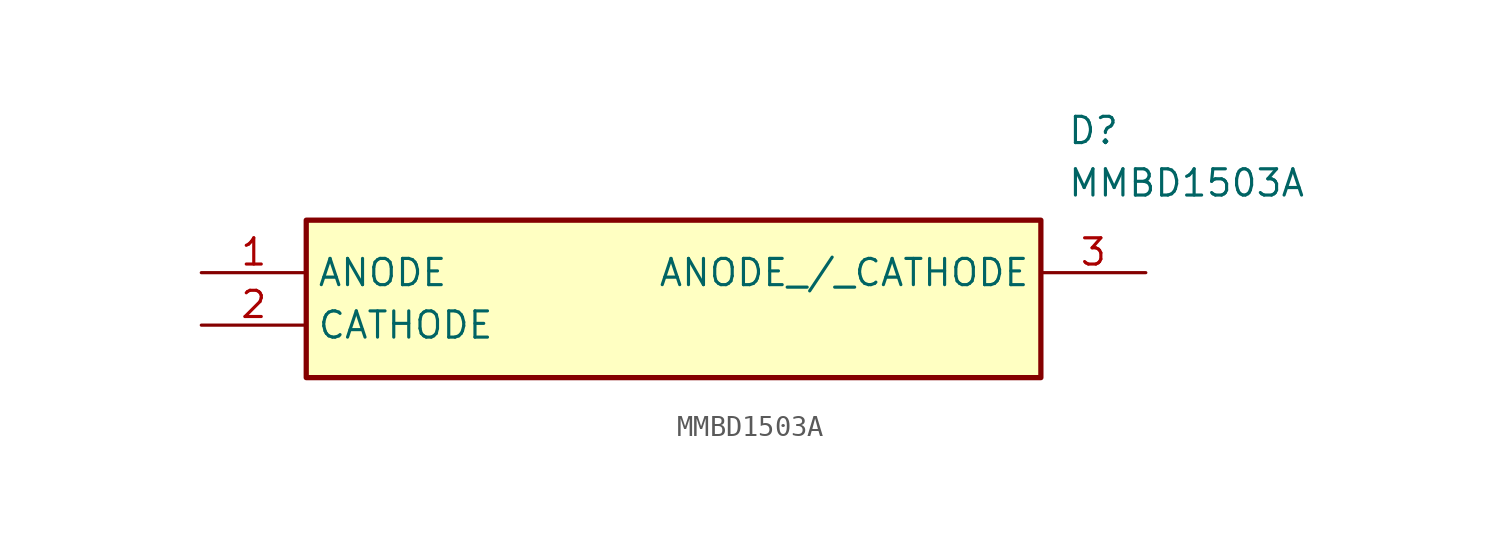
<source format=kicad_sym>
(kicad_symbol_lib
  (version 20220914)
  (generator SamacSys_ECAD_Model)
  (symbol "MMBD1503A"
    (property "Reference" "D"
      (at 41.91 7.62 0)
      (effects (font (size 1.27 1.27)) (justify left top)))
    (property "Value" "MMBD1503A"
      (at 41.91 5.08 0)
      (effects (font (size 1.27 1.27)) (justify left top)))
    (rectangle
      (start 5.08 2.54)
      (end 40.64 -5.08)
      (stroke (width 0.254) (type default))
      (fill (type background)))
    (pin passive line
      (at 0 0 0)
      (length 5.08)
      (name "ANODE" (effects (font (size 1.27 1.27))))
      (number "1" (effects (font (size 1.27 1.27)))))
    (pin passive line
      (at 0 -2.54 0)
      (length 5.08)
      (name "CATHODE" (effects (font (size 1.27 1.27))))
      (number "2" (effects (font (size 1.27 1.27)))))
    (pin passive line
      (at 45.72 0 180)
      (length 5.08)
      (name "ANODE_/_CATHODE" (effects (font (size 1.27 1.27))))
      (number "3" (effects (font (size 1.27 1.27)))))))
</source>
